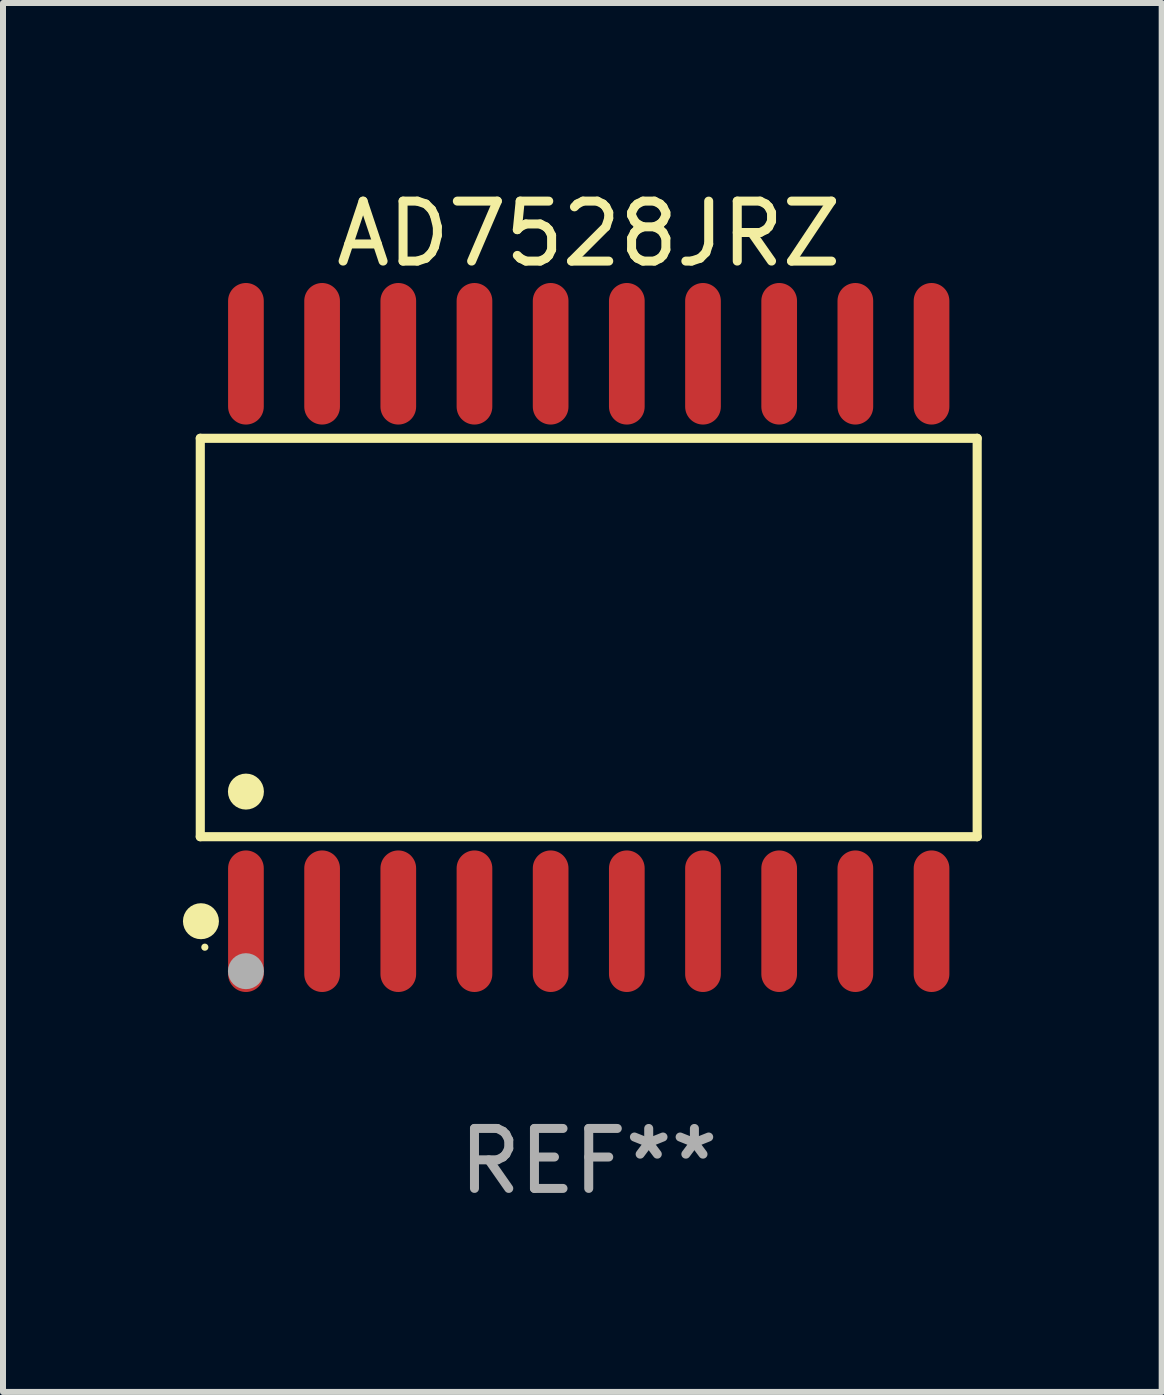
<source format=kicad_pcb>
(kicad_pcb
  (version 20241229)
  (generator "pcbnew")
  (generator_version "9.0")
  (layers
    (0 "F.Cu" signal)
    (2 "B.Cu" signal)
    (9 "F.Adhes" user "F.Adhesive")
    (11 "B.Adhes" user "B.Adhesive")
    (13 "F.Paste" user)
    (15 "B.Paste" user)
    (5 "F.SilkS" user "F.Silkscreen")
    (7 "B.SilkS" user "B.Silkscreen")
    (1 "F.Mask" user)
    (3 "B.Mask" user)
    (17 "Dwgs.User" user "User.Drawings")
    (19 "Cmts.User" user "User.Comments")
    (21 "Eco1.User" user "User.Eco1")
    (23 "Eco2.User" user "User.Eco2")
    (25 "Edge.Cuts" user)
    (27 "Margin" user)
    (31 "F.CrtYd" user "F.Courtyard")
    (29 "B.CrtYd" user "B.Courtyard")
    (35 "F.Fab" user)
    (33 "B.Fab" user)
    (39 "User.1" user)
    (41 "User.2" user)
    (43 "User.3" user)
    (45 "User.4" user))
  (footprint "AD7528JRZ"
    (layer "F.Cu")
    (at 6.765 7.578)
    (property "Reference" "AD7528JRZ" (at 0 -6.73 0) (layer "F.SilkS") (effects (font (size 1 1) (thickness 0.15))))
    (attr through_hole)
    (fp_line (start -6.476 -3.321) (end 6.476 -3.321) (stroke (width 0.152) (type solid)) (layer "F.SilkS"))
    (fp_line (start -6.476 3.321) (end -6.476 -3.321) (stroke (width 0.152) (type solid)) (layer "F.SilkS"))
    (fp_line (start 6.476 -3.321) (end 6.476 3.321) (stroke (width 0.152) (type solid)) (layer "F.SilkS"))
    (fp_line (start 6.476 3.321) (end -6.476 3.321) (stroke (width 0.152) (type solid)) (layer "F.SilkS"))
    (fp_circle (center -6.465 4.73) (end -6.315 4.73) (stroke (width 0.3) (type solid)) (fill no) (layer "F.SilkS"))
    (fp_circle (center -6.4 5.163) (end -6.37 5.163) (stroke (width 0.06) (type solid)) (fill no) (layer "F.SilkS"))
    (fp_circle (center -5.715 2.569) (end -5.565 2.569) (stroke (width 0.3) (type solid)) (fill no) (layer "F.SilkS"))
    (fp_circle (center -5.715 5.563) (end -5.565 5.563) (stroke (width 0.3) (type solid)) (fill no) (layer "F.Fab"))
    (fp_text user "REF**" (at 0 8.73 0) (layer "F.Fab") (effects (font (size 1 1) (thickness 0.15))))
    (pad "1" smd oval (at -5.715 4.73) (size 0.595 2.36) (layers "F.Cu" "F.Mask" "F.Paste"))
    (pad "2" smd oval (at -4.445 4.73) (size 0.595 2.36) (layers "F.Cu" "F.Mask" "F.Paste"))
    (pad "3" smd oval (at -3.175 4.73) (size 0.595 2.36) (layers "F.Cu" "F.Mask" "F.Paste"))
    (pad "4" smd oval (at -1.905 4.73) (size 0.595 2.36) (layers "F.Cu" "F.Mask" "F.Paste"))
    (pad "5" smd oval (at -0.635 4.73) (size 0.595 2.36) (layers "F.Cu" "F.Mask" "F.Paste"))
    (pad "6" smd oval (at 0.635 4.73) (size 0.595 2.36) (layers "F.Cu" "F.Mask" "F.Paste"))
    (pad "7" smd oval (at 1.905 4.73) (size 0.595 2.36) (layers "F.Cu" "F.Mask" "F.Paste"))
    (pad "8" smd oval (at 3.175 4.73) (size 0.595 2.36) (layers "F.Cu" "F.Mask" "F.Paste"))
    (pad "9" smd oval (at 4.445 4.73) (size 0.595 2.36) (layers "F.Cu" "F.Mask" "F.Paste"))
    (pad "10" smd oval (at 5.715 4.73) (size 0.595 2.36) (layers "F.Cu" "F.Mask" "F.Paste"))
    (pad "11" smd oval (at 5.715 -4.73) (size 0.595 2.36) (layers "F.Cu" "F.Mask" "F.Paste"))
    (pad "12" smd oval (at 4.445 -4.73) (size 0.595 2.36) (layers "F.Cu" "F.Mask" "F.Paste"))
    (pad "13" smd oval (at 3.175 -4.73) (size 0.595 2.36) (layers "F.Cu" "F.Mask" "F.Paste"))
    (pad "14" smd oval (at 1.905 -4.73) (size 0.595 2.36) (layers "F.Cu" "F.Mask" "F.Paste"))
    (pad "15" smd oval (at 0.635 -4.73) (size 0.595 2.36) (layers "F.Cu" "F.Mask" "F.Paste"))
    (pad "16" smd oval (at -0.635 -4.73) (size 0.595 2.36) (layers "F.Cu" "F.Mask" "F.Paste"))
    (pad "17" smd oval (at -1.905 -4.73) (size 0.595 2.36) (layers "F.Cu" "F.Mask" "F.Paste"))
    (pad "18" smd oval (at -3.175 -4.73) (size 0.595 2.36) (layers "F.Cu" "F.Mask" "F.Paste"))
    (pad "19" smd oval (at -4.445 -4.73) (size 0.595 2.36) (layers "F.Cu" "F.Mask" "F.Paste"))
    (pad "20" smd oval (at -5.715 -4.73) (size 0.595 2.36) (layers "F.Cu" "F.Mask" "F.Paste")))
  (gr_rect
    (start -3 -3)
    (end 16.317 20.156)
    (stroke (width 0.1) (type default))
    (fill no)
    (layer "Edge.Cuts")))
</source>
